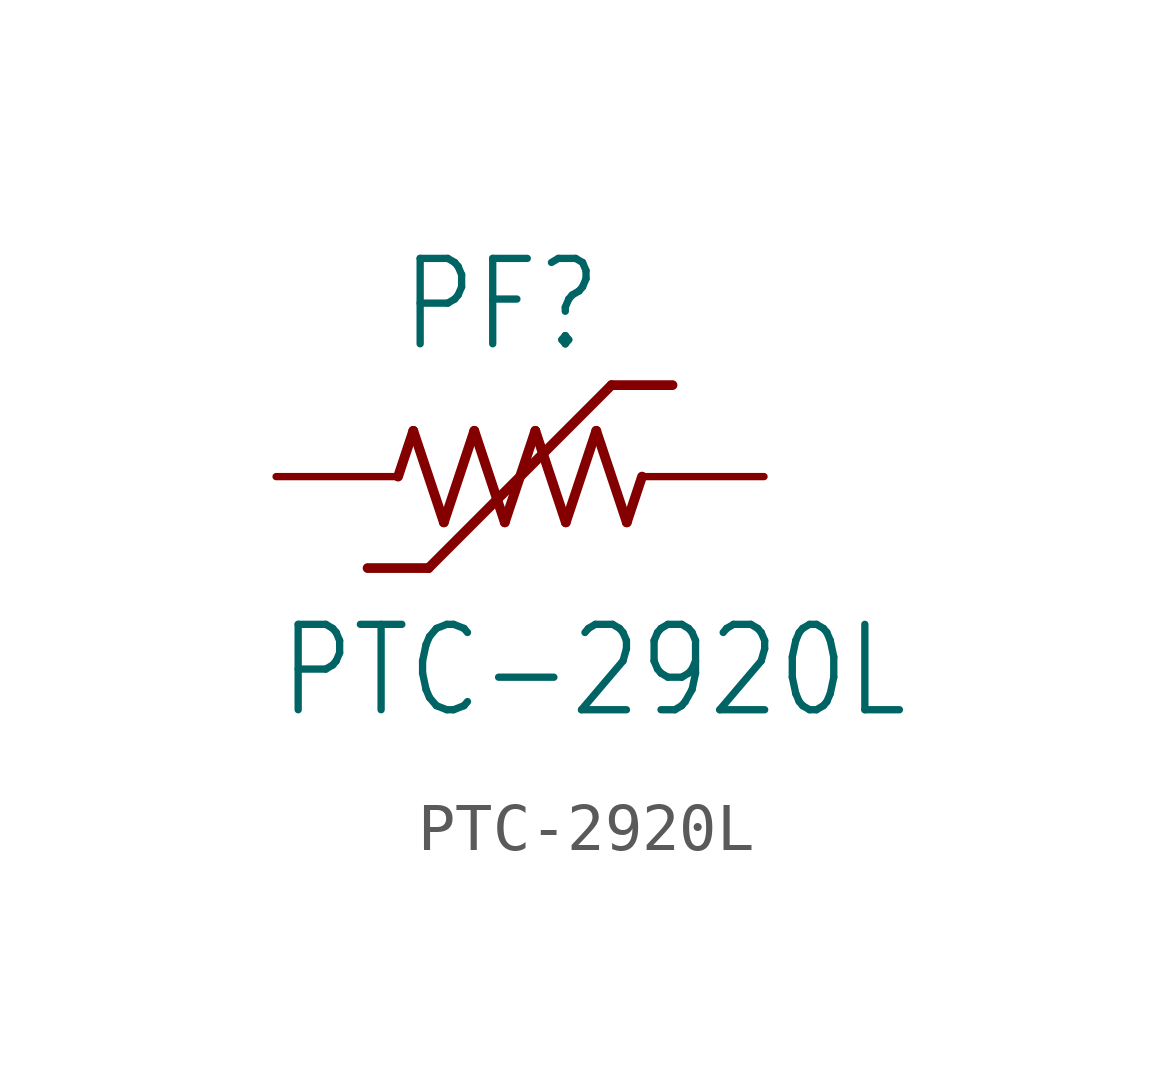
<source format=kicad_sym>
(kicad_symbol_lib
  (version 20211014)
  (generator kicad_symbol_editor)
  (symbol "PTC-2920L"
    (property "Reference" "PF"
      (at -2.54 2.54 0)
      (effects (font (size 1.778 1.511)) (justify left bottom)))
    (property "Value" "PTC-2920L"
      (at -5.08 -5.08 0)
      (effects (font (size 1.778 1.511)) (justify left bottom)))
    (property "ki_locked" ""
      (at 0 0 0)
      (effects (font (size 1.27 1.27))))
    (symbol "PTC-2920L_1_0"
      (polyline (pts (xy -2.54 0) (xy -2.223 0.953)) (stroke (width 0.203) (type default) (color 0 0 0 0)) (fill (type none)))
      (polyline (pts (xy -2.223 0.953) (xy -1.587 -0.953)) (stroke (width 0.203) (type default) (color 0 0 0 0)) (fill (type none)))
      (polyline (pts (xy -1.905 -1.905) (xy -3.175 -1.905)) (stroke (width 0.203) (type default) (color 0 0 0 0)) (fill (type none)))
      (polyline (pts (xy -1.587 -0.953) (xy -0.953 0.953)) (stroke (width 0.203) (type default) (color 0 0 0 0)) (fill (type none)))
      (polyline (pts (xy -0.953 0.953) (xy -0.318 -0.953)) (stroke (width 0.203) (type default) (color 0 0 0 0)) (fill (type none)))
      (polyline (pts (xy -0.318 -0.953) (xy 0.318 0.953)) (stroke (width 0.203) (type default) (color 0 0 0 0)) (fill (type none)))
      (polyline (pts (xy 0.318 0.953) (xy 0.953 -0.953)) (stroke (width 0.203) (type default) (color 0 0 0 0)) (fill (type none)))
      (polyline (pts (xy 0.953 -0.953) (xy 1.587 0.953)) (stroke (width 0.203) (type default) (color 0 0 0 0)) (fill (type none)))
      (polyline (pts (xy 1.587 0.953) (xy 2.223 -0.953)) (stroke (width 0.203) (type default) (color 0 0 0 0)) (fill (type none)))
      (polyline (pts (xy 1.905 1.905) (xy -1.905 -1.905)) (stroke (width 0.203) (type default) (color 0 0 0 0)) (fill (type none)))
      (polyline (pts (xy 2.223 -0.953) (xy 2.54 0)) (stroke (width 0.203) (type default) (color 0 0 0 0)) (fill (type none)))
      (polyline (pts (xy 3.175 1.905) (xy 1.905 1.905)) (stroke (width 0.203) (type default) (color 0 0 0 0)) (fill (type none)))
      (pin passive line (at -5.08 0 0) (length 2.54) (name "1" (effects (font (size 0 0)))) (number "1" (effects (font (size 0 0)))))
      (pin passive line (at 5.08 0 180) (length 2.54) (name "2" (effects (font (size 0 0)))) (number "2" (effects (font (size 0 0))))))))
</source>
